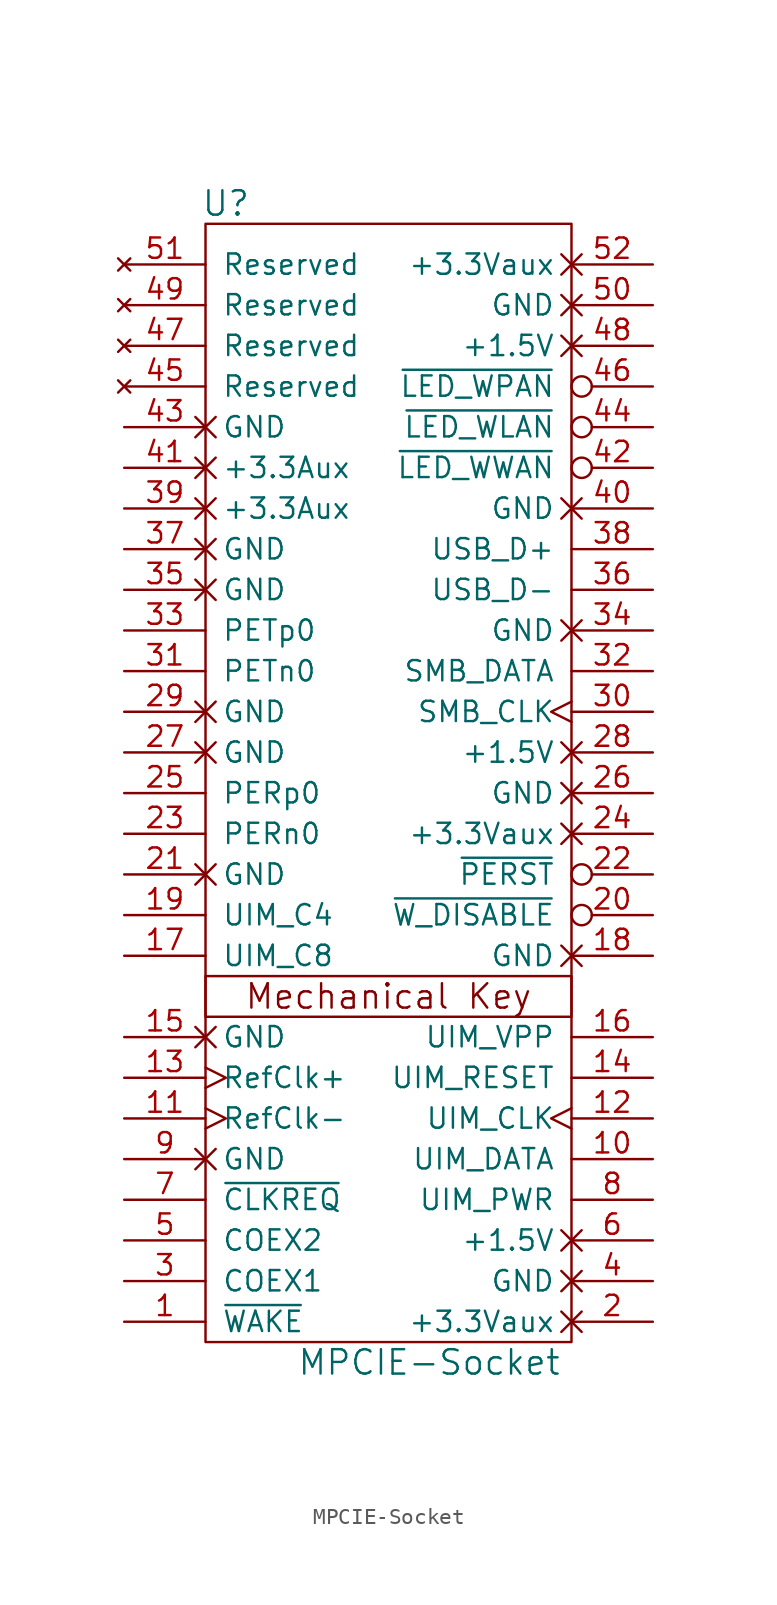
<source format=kicad_sym>
(kicad_symbol_lib
  (version 20211014)
  (generator kicad_symbol_editor)
  (symbol "MPCIE-Socket"
    (pin_names
      (offset 1.016))
    (property "Reference" "U"
      (at -10.16 33.02 0)
      (effects (font (size 1.524 1.524))))
    (property "Value" "MPCIE-Socket"
      (at 2.54 -39.37 0)
      (effects (font (size 1.524 1.524))))
    (property "Footprint" ""
      (at 2.54 -25.4 0)
      (effects (font (size 1.524 1.524))))
    (property "Datasheet" ""
      (at 2.54 -25.4 0)
      (effects (font (size 1.524 1.524))))
    (symbol "MPCIE-Socket_0_0"
      (text "Mechanical Key" (at 0 -16.51 0) (effects (font (size 1.524 1.524)))))
    (symbol "MPCIE-Socket_0_1"
      (rectangle (start -11.43 -38.1) (end 11.43 31.75) (stroke (width 0) (type default) (color 0 0 0 0)) (fill (type none)))
      (rectangle (start -11.43 -15.24) (end 11.43 -17.78) (stroke (width 0) (type default) (color 0 0 0 0)) (fill (type none))))
    (symbol "MPCIE-Socket_1_1"
      (pin bidirectional line (at -16.51 -36.83 0) (length 5.08) (name "~{WAKE}" (effects (font (size 1.27 1.27)))) (number "1" (effects (font (size 1.27 1.27)))))
      (pin bidirectional line (at 16.51 -26.67 180) (length 5.08) (name "UIM_DATA" (effects (font (size 1.27 1.27)))) (number "10" (effects (font (size 1.27 1.27)))))
      (pin input clock (at -16.51 -24.13 0) (length 5.08) (name "RefClk-" (effects (font (size 1.27 1.27)))) (number "11" (effects (font (size 1.27 1.27)))))
      (pin bidirectional clock (at 16.51 -24.13 180) (length 5.08) (name "UIM_CLK" (effects (font (size 1.27 1.27)))) (number "12" (effects (font (size 1.27 1.27)))))
      (pin input clock (at -16.51 -21.59 0) (length 5.08) (name "RefClk+" (effects (font (size 1.27 1.27)))) (number "13" (effects (font (size 1.27 1.27)))))
      (pin bidirectional line (at 16.51 -21.59 180) (length 5.08) (name "UIM_RESET" (effects (font (size 1.27 1.27)))) (number "14" (effects (font (size 1.27 1.27)))))
      (pin power_in non_logic (at -16.51 -19.05 0) (length 5.08) (name "GND" (effects (font (size 1.27 1.27)))) (number "15" (effects (font (size 1.27 1.27)))))
      (pin bidirectional line (at 16.51 -19.05 180) (length 5.08) (name "UIM_VPP" (effects (font (size 1.27 1.27)))) (number "16" (effects (font (size 1.27 1.27)))))
      (pin bidirectional line (at -16.51 -13.97 0) (length 5.08) (name "UIM_C8" (effects (font (size 1.27 1.27)))) (number "17" (effects (font (size 1.27 1.27)))))
      (pin power_in non_logic (at 16.51 -13.97 180) (length 5.08) (name "GND" (effects (font (size 1.27 1.27)))) (number "18" (effects (font (size 1.27 1.27)))))
      (pin bidirectional line (at -16.51 -11.43 0) (length 5.08) (name "UIM_C4" (effects (font (size 1.27 1.27)))) (number "19" (effects (font (size 1.27 1.27)))))
      (pin power_in non_logic (at 16.51 -36.83 180) (length 5.08) (name "+3.3Vaux" (effects (font (size 1.27 1.27)))) (number "2" (effects (font (size 1.27 1.27)))))
      (pin bidirectional inverted (at 16.51 -11.43 180) (length 5.08) (name "~{W_DISABLE}" (effects (font (size 1.27 1.27)))) (number "20" (effects (font (size 1.27 1.27)))))
      (pin power_in non_logic (at -16.51 -8.89 0) (length 5.08) (name "GND" (effects (font (size 1.27 1.27)))) (number "21" (effects (font (size 1.27 1.27)))))
      (pin bidirectional inverted (at 16.51 -8.89 180) (length 5.08) (name "~{PERST}" (effects (font (size 1.27 1.27)))) (number "22" (effects (font (size 1.27 1.27)))))
      (pin bidirectional line (at -16.51 -6.35 0) (length 5.08) (name "PERn0" (effects (font (size 1.27 1.27)))) (number "23" (effects (font (size 1.27 1.27)))))
      (pin power_in non_logic (at 16.51 -6.35 180) (length 5.08) (name "+3.3Vaux" (effects (font (size 1.27 1.27)))) (number "24" (effects (font (size 1.27 1.27)))))
      (pin bidirectional line (at -16.51 -3.81 0) (length 5.08) (name "PERp0" (effects (font (size 1.27 1.27)))) (number "25" (effects (font (size 1.27 1.27)))))
      (pin power_in non_logic (at 16.51 -3.81 180) (length 5.08) (name "GND" (effects (font (size 1.27 1.27)))) (number "26" (effects (font (size 1.27 1.27)))))
      (pin power_in non_logic (at -16.51 -1.27 0) (length 5.08) (name "GND" (effects (font (size 1.27 1.27)))) (number "27" (effects (font (size 1.27 1.27)))))
      (pin power_in non_logic (at 16.51 -1.27 180) (length 5.08) (name "+1.5V" (effects (font (size 1.27 1.27)))) (number "28" (effects (font (size 1.27 1.27)))))
      (pin power_in non_logic (at -16.51 1.27 0) (length 5.08) (name "GND" (effects (font (size 1.27 1.27)))) (number "29" (effects (font (size 1.27 1.27)))))
      (pin bidirectional line (at -16.51 -34.29 0) (length 5.08) (name "COEX1" (effects (font (size 1.27 1.27)))) (number "3" (effects (font (size 1.27 1.27)))))
      (pin bidirectional clock (at 16.51 1.27 180) (length 5.08) (name "SMB_CLK" (effects (font (size 1.27 1.27)))) (number "30" (effects (font (size 1.27 1.27)))))
      (pin bidirectional line (at -16.51 3.81 0) (length 5.08) (name "PETn0" (effects (font (size 1.27 1.27)))) (number "31" (effects (font (size 1.27 1.27)))))
      (pin bidirectional line (at 16.51 3.81 180) (length 5.08) (name "SMB_DATA" (effects (font (size 1.27 1.27)))) (number "32" (effects (font (size 1.27 1.27)))))
      (pin bidirectional line (at -16.51 6.35 0) (length 5.08) (name "PETp0" (effects (font (size 1.27 1.27)))) (number "33" (effects (font (size 1.27 1.27)))))
      (pin power_in non_logic (at 16.51 6.35 180) (length 5.08) (name "GND" (effects (font (size 1.27 1.27)))) (number "34" (effects (font (size 1.27 1.27)))))
      (pin power_in non_logic (at -16.51 8.89 0) (length 5.08) (name "GND" (effects (font (size 1.27 1.27)))) (number "35" (effects (font (size 1.27 1.27)))))
      (pin bidirectional line (at 16.51 8.89 180) (length 5.08) (name "USB_D-" (effects (font (size 1.27 1.27)))) (number "36" (effects (font (size 1.27 1.27)))))
      (pin power_in non_logic (at -16.51 11.43 0) (length 5.08) (name "GND" (effects (font (size 1.27 1.27)))) (number "37" (effects (font (size 1.27 1.27)))))
      (pin bidirectional line (at 16.51 11.43 180) (length 5.08) (name "USB_D+" (effects (font (size 1.27 1.27)))) (number "38" (effects (font (size 1.27 1.27)))))
      (pin power_in non_logic (at -16.51 13.97 0) (length 5.08) (name "+3.3Aux" (effects (font (size 1.27 1.27)))) (number "39" (effects (font (size 1.27 1.27)))))
      (pin power_in non_logic (at 16.51 -34.29 180) (length 5.08) (name "GND" (effects (font (size 1.27 1.27)))) (number "4" (effects (font (size 1.27 1.27)))))
      (pin power_in non_logic (at 16.51 13.97 180) (length 5.08) (name "GND" (effects (font (size 1.27 1.27)))) (number "40" (effects (font (size 1.27 1.27)))))
      (pin power_in non_logic (at -16.51 16.51 0) (length 5.08) (name "+3.3Aux" (effects (font (size 1.27 1.27)))) (number "41" (effects (font (size 1.27 1.27)))))
      (pin bidirectional inverted (at 16.51 16.51 180) (length 5.08) (name "~{LED_WWAN}" (effects (font (size 1.27 1.27)))) (number "42" (effects (font (size 1.27 1.27)))))
      (pin power_in non_logic (at -16.51 19.05 0) (length 5.08) (name "GND" (effects (font (size 1.27 1.27)))) (number "43" (effects (font (size 1.27 1.27)))))
      (pin bidirectional inverted (at 16.51 19.05 180) (length 5.08) (name "~{LED_WLAN}" (effects (font (size 1.27 1.27)))) (number "44" (effects (font (size 1.27 1.27)))))
      (pin no_connect line (at -16.51 21.59 0) (length 5.08) (name "Reserved" (effects (font (size 1.27 1.27)))) (number "45" (effects (font (size 1.27 1.27)))))
      (pin bidirectional inverted (at 16.51 21.59 180) (length 5.08) (name "~{LED_WPAN}" (effects (font (size 1.27 1.27)))) (number "46" (effects (font (size 1.27 1.27)))))
      (pin no_connect line (at -16.51 24.13 0) (length 5.08) (name "Reserved" (effects (font (size 1.27 1.27)))) (number "47" (effects (font (size 1.27 1.27)))))
      (pin power_in non_logic (at 16.51 24.13 180) (length 5.08) (name "+1.5V" (effects (font (size 1.27 1.27)))) (number "48" (effects (font (size 1.27 1.27)))))
      (pin no_connect line (at -16.51 26.67 0) (length 5.08) (name "Reserved" (effects (font (size 1.27 1.27)))) (number "49" (effects (font (size 1.27 1.27)))))
      (pin bidirectional line (at -16.51 -31.75 0) (length 5.08) (name "COEX2" (effects (font (size 1.27 1.27)))) (number "5" (effects (font (size 1.27 1.27)))))
      (pin power_in non_logic (at 16.51 26.67 180) (length 5.08) (name "GND" (effects (font (size 1.27 1.27)))) (number "50" (effects (font (size 1.27 1.27)))))
      (pin no_connect line (at -16.51 29.21 0) (length 5.08) (name "Reserved" (effects (font (size 1.27 1.27)))) (number "51" (effects (font (size 1.27 1.27)))))
      (pin power_in non_logic (at 16.51 29.21 180) (length 5.08) (name "+3.3Vaux" (effects (font (size 1.27 1.27)))) (number "52" (effects (font (size 1.27 1.27)))))
      (pin power_in non_logic (at 16.51 -31.75 180) (length 5.08) (name "+1.5V" (effects (font (size 1.27 1.27)))) (number "6" (effects (font (size 1.27 1.27)))))
      (pin bidirectional line (at -16.51 -29.21 0) (length 5.08) (name "~{CLKREQ}" (effects (font (size 1.27 1.27)))) (number "7" (effects (font (size 1.27 1.27)))))
      (pin bidirectional line (at 16.51 -29.21 180) (length 5.08) (name "UIM_PWR" (effects (font (size 1.27 1.27)))) (number "8" (effects (font (size 1.27 1.27)))))
      (pin power_in non_logic (at -16.51 -26.67 0) (length 5.08) (name "GND" (effects (font (size 1.27 1.27)))) (number "9" (effects (font (size 1.27 1.27))))))))
</source>
